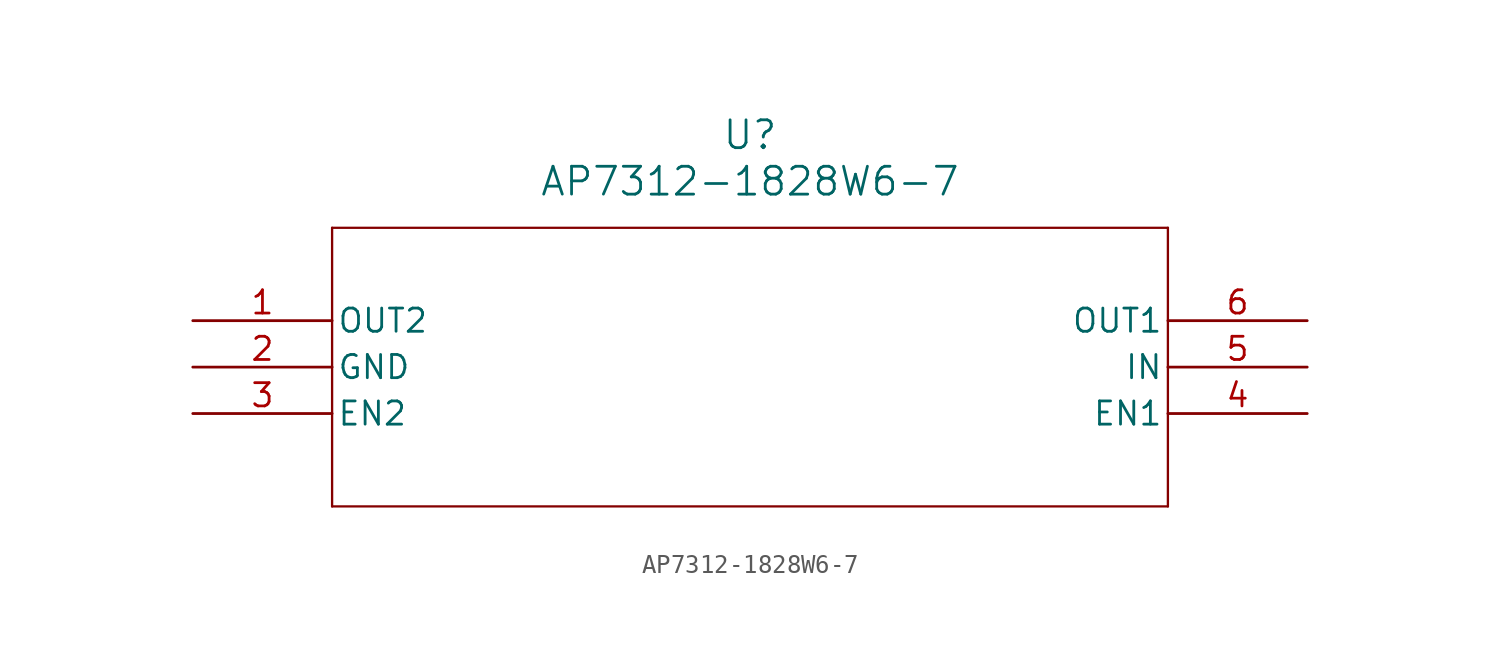
<source format=kicad_sym>
(kicad_symbol_lib
  (version 20211014)
  (generator kicad_symbol_editor)
  (symbol "AP7312-1828W6-7"
    (pin_names
      (offset 0.254))
    (property "Reference" "U"
      (at 30.48 10.16 0)
      (effects (font (size 1.524 1.524))))
    (property "Value" "AP7312-1828W6-7"
      (at 30.48 7.62 0)
      (effects (font (size 1.524 1.524))))
    (symbol "AP7312-1828W6-7_0_1"
      (polyline (pts (xy 7.62 5.08) (xy 7.62 -10.16)) (stroke (width 0.127) (type default) (color 0 0 0 0)) (fill (type none)))
      (polyline (pts (xy 7.62 -10.16) (xy 53.34 -10.16)) (stroke (width 0.127) (type default) (color 0 0 0 0)) (fill (type none)))
      (polyline (pts (xy 53.34 -10.16) (xy 53.34 5.08)) (stroke (width 0.127) (type default) (color 0 0 0 0)) (fill (type none)))
      (polyline (pts (xy 53.34 5.08) (xy 7.62 5.08)) (stroke (width 0.127) (type default) (color 0 0 0 0)) (fill (type none)))
      (pin output line (at 0 0 0) (length 7.62) (name "OUT2" (effects (font (size 1.27 1.27)))) (number "1" (effects (font (size 1.27 1.27)))))
      (pin power_in line (at 0 -2.54 0) (length 7.62) (name "GND" (effects (font (size 1.27 1.27)))) (number "2" (effects (font (size 1.27 1.27)))))
      (pin input line (at 0 -5.08 0) (length 7.62) (name "EN2" (effects (font (size 1.27 1.27)))) (number "3" (effects (font (size 1.27 1.27)))))
      (pin input line (at 60.96 -5.08 180) (length 7.62) (name "EN1" (effects (font (size 1.27 1.27)))) (number "4" (effects (font (size 1.27 1.27)))))
      (pin input line (at 60.96 -2.54 180) (length 7.62) (name "IN" (effects (font (size 1.27 1.27)))) (number "5" (effects (font (size 1.27 1.27)))))
      (pin output line (at 60.96 0 180) (length 7.62) (name "OUT1" (effects (font (size 1.27 1.27)))) (number "6" (effects (font (size 1.27 1.27))))))))
</source>
